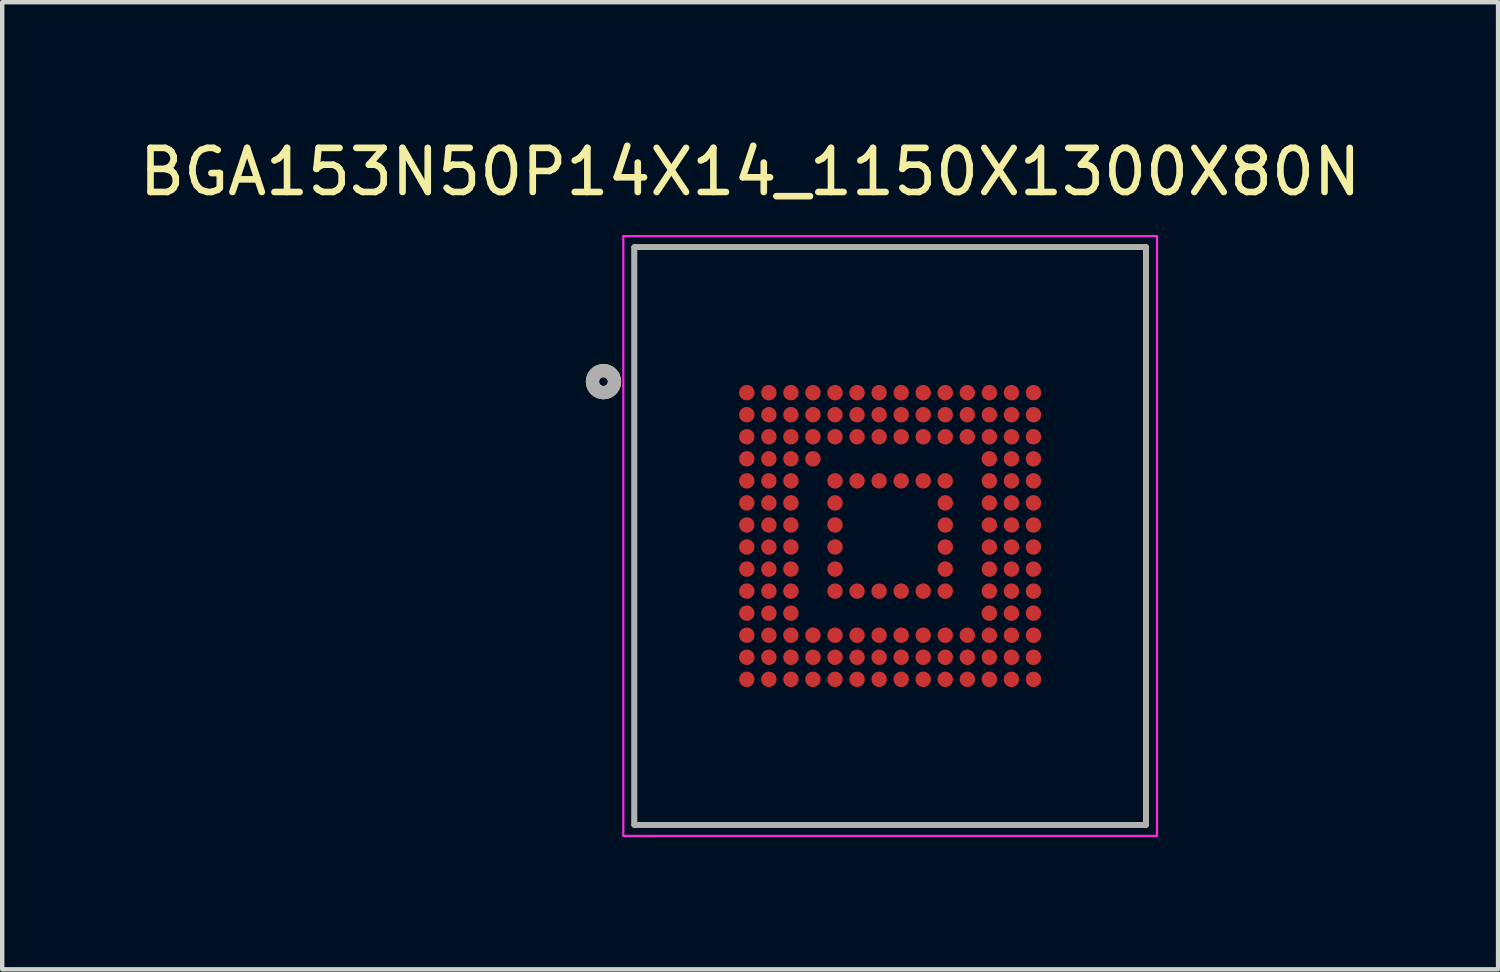
<source format=kicad_pcb>
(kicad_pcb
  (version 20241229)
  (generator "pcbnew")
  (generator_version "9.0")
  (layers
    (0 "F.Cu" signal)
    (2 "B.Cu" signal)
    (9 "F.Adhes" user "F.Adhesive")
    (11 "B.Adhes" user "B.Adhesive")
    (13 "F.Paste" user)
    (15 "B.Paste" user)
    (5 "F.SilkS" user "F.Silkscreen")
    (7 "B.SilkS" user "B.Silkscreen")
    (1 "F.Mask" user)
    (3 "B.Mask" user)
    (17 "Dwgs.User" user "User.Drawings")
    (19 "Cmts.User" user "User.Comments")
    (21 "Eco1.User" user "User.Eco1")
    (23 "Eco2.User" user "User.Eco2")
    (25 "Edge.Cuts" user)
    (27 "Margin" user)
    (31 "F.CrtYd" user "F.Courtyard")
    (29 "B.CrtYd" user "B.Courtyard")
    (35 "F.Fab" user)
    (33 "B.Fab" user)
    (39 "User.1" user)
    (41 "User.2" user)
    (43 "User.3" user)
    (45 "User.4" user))
  (footprint "BGA153N50P14X14_1150X1300X80N"
    (layer "F.Cu")
    (at 17.133 9.103)
    (property "Reference" "BGA153N50P14X14_1150X1300X80N" (at -3.175 -8.255 0) (layer "F.SilkS") (effects (font (size 1 1) (thickness 0.15))))
    (attr through_hole)
    (fp_line (start -5.8 -6.55) (end 5.8 -6.55) (stroke (width 0.127) (type solid)) (layer "F.SilkS"))
    (fp_line (start -5.8 6.55) (end -5.8 -6.55) (stroke (width 0.127) (type solid)) (layer "F.SilkS"))
    (fp_line (start 5.8 -6.55) (end 5.8 6.55) (stroke (width 0.127) (type solid)) (layer "F.SilkS"))
    (fp_line (start 5.8 6.55) (end -5.8 6.55) (stroke (width 0.127) (type solid)) (layer "F.SilkS"))
    (fp_circle (center -6.5 -3.5) (end -6.4 -3.5) (stroke (width 0.3) (type solid)) (fill no) (layer "F.SilkS"))
    (fp_line (start -6.05 -6.8) (end 6.05 -6.8) (stroke (width 0.05) (type solid)) (layer "F.CrtYd"))
    (fp_line (start -6.05 6.8) (end -6.05 -6.8) (stroke (width 0.05) (type solid)) (layer "F.CrtYd"))
    (fp_line (start 6.05 -6.8) (end 6.05 6.8) (stroke (width 0.05) (type solid)) (layer "F.CrtYd"))
    (fp_line (start 6.05 6.8) (end -6.05 6.8) (stroke (width 0.05) (type solid)) (layer "F.CrtYd"))
    (fp_line (start -5.8 -6.55) (end 5.8 -6.55) (stroke (width 0.127) (type solid)) (layer "F.Fab"))
    (fp_line (start -5.8 6.55) (end -5.8 -6.55) (stroke (width 0.127) (type solid)) (layer "F.Fab"))
    (fp_line (start 5.8 -6.55) (end 5.8 6.55) (stroke (width 0.127) (type solid)) (layer "F.Fab"))
    (fp_line (start 5.8 6.55) (end -5.8 6.55) (stroke (width 0.127) (type solid)) (layer "F.Fab"))
    (fp_circle (center -6.5 -3.5) (end -6.4 -3.5) (stroke (width 0.3) (type solid)) (fill no) (layer "F.Fab"))
    (pad "A1" smd circle (at -3.25 -3.25) (size 0.35 0.35) (layers "F.Cu" "F.Mask" "F.Paste"))
    (pad "A2" smd circle (at -2.75 -3.25) (size 0.35 0.35) (layers "F.Cu" "F.Mask" "F.Paste"))
    (pad "A3" smd circle (at -2.25 -3.25) (size 0.35 0.35) (layers "F.Cu" "F.Mask" "F.Paste"))
    (pad "A4" smd circle (at -1.75 -3.25) (size 0.35 0.35) (layers "F.Cu" "F.Mask" "F.Paste"))
    (pad "A5" smd circle (at -1.25 -3.25) (size 0.35 0.35) (layers "F.Cu" "F.Mask" "F.Paste"))
    (pad "A6" smd circle (at -0.75 -3.25) (size 0.35 0.35) (layers "F.Cu" "F.Mask" "F.Paste"))
    (pad "A7" smd circle (at -0.25 -3.25) (size 0.35 0.35) (layers "F.Cu" "F.Mask" "F.Paste"))
    (pad "A8" smd circle (at 0.25 -3.25) (size 0.35 0.35) (layers "F.Cu" "F.Mask" "F.Paste"))
    (pad "A9" smd circle (at 0.75 -3.25) (size 0.35 0.35) (layers "F.Cu" "F.Mask" "F.Paste"))
    (pad "A10" smd circle (at 1.25 -3.25) (size 0.35 0.35) (layers "F.Cu" "F.Mask" "F.Paste"))
    (pad "A11" smd circle (at 1.75 -3.25) (size 0.35 0.35) (layers "F.Cu" "F.Mask" "F.Paste"))
    (pad "A12" smd circle (at 2.25 -3.25) (size 0.35 0.35) (layers "F.Cu" "F.Mask" "F.Paste"))
    (pad "A13" smd circle (at 2.75 -3.25) (size 0.35 0.35) (layers "F.Cu" "F.Mask" "F.Paste"))
    (pad "A14" smd circle (at 3.25 -3.25) (size 0.35 0.35) (layers "F.Cu" "F.Mask" "F.Paste"))
    (pad "B1" smd circle (at -3.25 -2.75) (size 0.35 0.35) (layers "F.Cu" "F.Mask" "F.Paste"))
    (pad "B2" smd circle (at -2.75 -2.75) (size 0.35 0.35) (layers "F.Cu" "F.Mask" "F.Paste"))
    (pad "B3" smd circle (at -2.25 -2.75) (size 0.35 0.35) (layers "F.Cu" "F.Mask" "F.Paste"))
    (pad "B4" smd circle (at -1.75 -2.75) (size 0.35 0.35) (layers "F.Cu" "F.Mask" "F.Paste"))
    (pad "B5" smd circle (at -1.25 -2.75) (size 0.35 0.35) (layers "F.Cu" "F.Mask" "F.Paste"))
    (pad "B6" smd circle (at -0.75 -2.75) (size 0.35 0.35) (layers "F.Cu" "F.Mask" "F.Paste"))
    (pad "B7" smd circle (at -0.25 -2.75) (size 0.35 0.35) (layers "F.Cu" "F.Mask" "F.Paste"))
    (pad "B8" smd circle (at 0.25 -2.75) (size 0.35 0.35) (layers "F.Cu" "F.Mask" "F.Paste"))
    (pad "B9" smd circle (at 0.75 -2.75) (size 0.35 0.35) (layers "F.Cu" "F.Mask" "F.Paste"))
    (pad "B10" smd circle (at 1.25 -2.75) (size 0.35 0.35) (layers "F.Cu" "F.Mask" "F.Paste"))
    (pad "B11" smd circle (at 1.75 -2.75) (size 0.35 0.35) (layers "F.Cu" "F.Mask" "F.Paste"))
    (pad "B12" smd circle (at 2.25 -2.75) (size 0.35 0.35) (layers "F.Cu" "F.Mask" "F.Paste"))
    (pad "B13" smd circle (at 2.75 -2.75) (size 0.35 0.35) (layers "F.Cu" "F.Mask" "F.Paste"))
    (pad "B14" smd circle (at 3.25 -2.75) (size 0.35 0.35) (layers "F.Cu" "F.Mask" "F.Paste"))
    (pad "C1" smd circle (at -3.25 -2.25) (size 0.35 0.35) (layers "F.Cu" "F.Mask" "F.Paste"))
    (pad "C2" smd circle (at -2.75 -2.25) (size 0.35 0.35) (layers "F.Cu" "F.Mask" "F.Paste"))
    (pad "C3" smd circle (at -2.25 -2.25) (size 0.35 0.35) (layers "F.Cu" "F.Mask" "F.Paste"))
    (pad "C4" smd circle (at -1.75 -2.25) (size 0.35 0.35) (layers "F.Cu" "F.Mask" "F.Paste"))
    (pad "C5" smd circle (at -1.25 -2.25) (size 0.35 0.35) (layers "F.Cu" "F.Mask" "F.Paste"))
    (pad "C6" smd circle (at -0.75 -2.25) (size 0.35 0.35) (layers "F.Cu" "F.Mask" "F.Paste"))
    (pad "C7" smd circle (at -0.25 -2.25) (size 0.35 0.35) (layers "F.Cu" "F.Mask" "F.Paste"))
    (pad "C8" smd circle (at 0.25 -2.25) (size 0.35 0.35) (layers "F.Cu" "F.Mask" "F.Paste"))
    (pad "C9" smd circle (at 0.75 -2.25) (size 0.35 0.35) (layers "F.Cu" "F.Mask" "F.Paste"))
    (pad "C10" smd circle (at 1.25 -2.25) (size 0.35 0.35) (layers "F.Cu" "F.Mask" "F.Paste"))
    (pad "C11" smd circle (at 1.75 -2.25) (size 0.35 0.35) (layers "F.Cu" "F.Mask" "F.Paste"))
    (pad "C12" smd circle (at 2.25 -2.25) (size 0.35 0.35) (layers "F.Cu" "F.Mask" "F.Paste"))
    (pad "C13" smd circle (at 2.75 -2.25) (size 0.35 0.35) (layers "F.Cu" "F.Mask" "F.Paste"))
    (pad "C14" smd circle (at 3.25 -2.25) (size 0.35 0.35) (layers "F.Cu" "F.Mask" "F.Paste"))
    (pad "D1" smd circle (at -3.25 -1.75) (size 0.35 0.35) (layers "F.Cu" "F.Mask" "F.Paste"))
    (pad "D2" smd circle (at -2.75 -1.75) (size 0.35 0.35) (layers "F.Cu" "F.Mask" "F.Paste"))
    (pad "D3" smd circle (at -2.25 -1.75) (size 0.35 0.35) (layers "F.Cu" "F.Mask" "F.Paste"))
    (pad "D4" smd circle (at -1.75 -1.75) (size 0.35 0.35) (layers "F.Cu" "F.Mask" "F.Paste"))
    (pad "D12" smd circle (at 2.25 -1.75) (size 0.35 0.35) (layers "F.Cu" "F.Mask" "F.Paste"))
    (pad "D13" smd circle (at 2.75 -1.75) (size 0.35 0.35) (layers "F.Cu" "F.Mask" "F.Paste"))
    (pad "D14" smd circle (at 3.25 -1.75) (size 0.35 0.35) (layers "F.Cu" "F.Mask" "F.Paste"))
    (pad "E1" smd circle (at -3.25 -1.25) (size 0.35 0.35) (layers "F.Cu" "F.Mask" "F.Paste"))
    (pad "E2" smd circle (at -2.75 -1.25) (size 0.35 0.35) (layers "F.Cu" "F.Mask" "F.Paste"))
    (pad "E3" smd circle (at -2.25 -1.25) (size 0.35 0.35) (layers "F.Cu" "F.Mask" "F.Paste"))
    (pad "E5" smd circle (at -1.25 -1.25) (size 0.35 0.35) (layers "F.Cu" "F.Mask" "F.Paste"))
    (pad "E6" smd circle (at -0.75 -1.25) (size 0.35 0.35) (layers "F.Cu" "F.Mask" "F.Paste"))
    (pad "E7" smd circle (at -0.25 -1.25) (size 0.35 0.35) (layers "F.Cu" "F.Mask" "F.Paste"))
    (pad "E8" smd circle (at 0.25 -1.25) (size 0.35 0.35) (layers "F.Cu" "F.Mask" "F.Paste"))
    (pad "E9" smd circle (at 0.75 -1.25) (size 0.35 0.35) (layers "F.Cu" "F.Mask" "F.Paste"))
    (pad "E10" smd circle (at 1.25 -1.25) (size 0.35 0.35) (layers "F.Cu" "F.Mask" "F.Paste"))
    (pad "E12" smd circle (at 2.25 -1.25) (size 0.35 0.35) (layers "F.Cu" "F.Mask" "F.Paste"))
    (pad "E13" smd circle (at 2.75 -1.25) (size 0.35 0.35) (layers "F.Cu" "F.Mask" "F.Paste"))
    (pad "E14" smd circle (at 3.25 -1.25) (size 0.35 0.35) (layers "F.Cu" "F.Mask" "F.Paste"))
    (pad "F1" smd circle (at -3.25 -0.75) (size 0.35 0.35) (layers "F.Cu" "F.Mask" "F.Paste"))
    (pad "F2" smd circle (at -2.75 -0.75) (size 0.35 0.35) (layers "F.Cu" "F.Mask" "F.Paste"))
    (pad "F3" smd circle (at -2.25 -0.75) (size 0.35 0.35) (layers "F.Cu" "F.Mask" "F.Paste"))
    (pad "F5" smd circle (at -1.25 -0.75) (size 0.35 0.35) (layers "F.Cu" "F.Mask" "F.Paste"))
    (pad "F10" smd circle (at 1.25 -0.75) (size 0.35 0.35) (layers "F.Cu" "F.Mask" "F.Paste"))
    (pad "F12" smd circle (at 2.25 -0.75) (size 0.35 0.35) (layers "F.Cu" "F.Mask" "F.Paste"))
    (pad "F13" smd circle (at 2.75 -0.75) (size 0.35 0.35) (layers "F.Cu" "F.Mask" "F.Paste"))
    (pad "F14" smd circle (at 3.25 -0.75) (size 0.35 0.35) (layers "F.Cu" "F.Mask" "F.Paste"))
    (pad "G1" smd circle (at -3.25 -0.25) (size 0.35 0.35) (layers "F.Cu" "F.Mask" "F.Paste"))
    (pad "G2" smd circle (at -2.75 -0.25) (size 0.35 0.35) (layers "F.Cu" "F.Mask" "F.Paste"))
    (pad "G3" smd circle (at -2.25 -0.25) (size 0.35 0.35) (layers "F.Cu" "F.Mask" "F.Paste"))
    (pad "G5" smd circle (at -1.25 -0.25) (size 0.35 0.35) (layers "F.Cu" "F.Mask" "F.Paste"))
    (pad "G10" smd circle (at 1.25 -0.25) (size 0.35 0.35) (layers "F.Cu" "F.Mask" "F.Paste"))
    (pad "G12" smd circle (at 2.25 -0.25) (size 0.35 0.35) (layers "F.Cu" "F.Mask" "F.Paste"))
    (pad "G13" smd circle (at 2.75 -0.25) (size 0.35 0.35) (layers "F.Cu" "F.Mask" "F.Paste"))
    (pad "G14" smd circle (at 3.25 -0.25) (size 0.35 0.35) (layers "F.Cu" "F.Mask" "F.Paste"))
    (pad "H1" smd circle (at -3.25 0.25) (size 0.35 0.35) (layers "F.Cu" "F.Mask" "F.Paste"))
    (pad "H2" smd circle (at -2.75 0.25) (size 0.35 0.35) (layers "F.Cu" "F.Mask" "F.Paste"))
    (pad "H3" smd circle (at -2.25 0.25) (size 0.35 0.35) (layers "F.Cu" "F.Mask" "F.Paste"))
    (pad "H5" smd circle (at -1.25 0.25) (size 0.35 0.35) (layers "F.Cu" "F.Mask" "F.Paste"))
    (pad "H10" smd circle (at 1.25 0.25) (size 0.35 0.35) (layers "F.Cu" "F.Mask" "F.Paste"))
    (pad "H12" smd circle (at 2.25 0.25) (size 0.35 0.35) (layers "F.Cu" "F.Mask" "F.Paste"))
    (pad "H13" smd circle (at 2.75 0.25) (size 0.35 0.35) (layers "F.Cu" "F.Mask" "F.Paste"))
    (pad "H14" smd circle (at 3.25 0.25) (size 0.35 0.35) (layers "F.Cu" "F.Mask" "F.Paste"))
    (pad "J1" smd circle (at -3.25 0.75) (size 0.35 0.35) (layers "F.Cu" "F.Mask" "F.Paste"))
    (pad "J2" smd circle (at -2.75 0.75) (size 0.35 0.35) (layers "F.Cu" "F.Mask" "F.Paste"))
    (pad "J3" smd circle (at -2.25 0.75) (size 0.35 0.35) (layers "F.Cu" "F.Mask" "F.Paste"))
    (pad "J5" smd circle (at -1.25 0.75) (size 0.35 0.35) (layers "F.Cu" "F.Mask" "F.Paste"))
    (pad "J10" smd circle (at 1.25 0.75) (size 0.35 0.35) (layers "F.Cu" "F.Mask" "F.Paste"))
    (pad "J12" smd circle (at 2.25 0.75) (size 0.35 0.35) (layers "F.Cu" "F.Mask" "F.Paste"))
    (pad "J13" smd circle (at 2.75 0.75) (size 0.35 0.35) (layers "F.Cu" "F.Mask" "F.Paste"))
    (pad "J14" smd circle (at 3.25 0.75) (size 0.35 0.35) (layers "F.Cu" "F.Mask" "F.Paste"))
    (pad "K1" smd circle (at -3.25 1.25) (size 0.35 0.35) (layers "F.Cu" "F.Mask" "F.Paste"))
    (pad "K2" smd circle (at -2.75 1.25) (size 0.35 0.35) (layers "F.Cu" "F.Mask" "F.Paste"))
    (pad "K3" smd circle (at -2.25 1.25) (size 0.35 0.35) (layers "F.Cu" "F.Mask" "F.Paste"))
    (pad "K5" smd circle (at -1.25 1.25) (size 0.35 0.35) (layers "F.Cu" "F.Mask" "F.Paste"))
    (pad "K6" smd circle (at -0.75 1.25) (size 0.35 0.35) (layers "F.Cu" "F.Mask" "F.Paste"))
    (pad "K7" smd circle (at -0.25 1.25) (size 0.35 0.35) (layers "F.Cu" "F.Mask" "F.Paste"))
    (pad "K8" smd circle (at 0.25 1.25) (size 0.35 0.35) (layers "F.Cu" "F.Mask" "F.Paste"))
    (pad "K9" smd circle (at 0.75 1.25) (size 0.35 0.35) (layers "F.Cu" "F.Mask" "F.Paste"))
    (pad "K10" smd circle (at 1.25 1.25) (size 0.35 0.35) (layers "F.Cu" "F.Mask" "F.Paste"))
    (pad "K12" smd circle (at 2.25 1.25) (size 0.35 0.35) (layers "F.Cu" "F.Mask" "F.Paste"))
    (pad "K13" smd circle (at 2.75 1.25) (size 0.35 0.35) (layers "F.Cu" "F.Mask" "F.Paste"))
    (pad "K14" smd circle (at 3.25 1.25) (size 0.35 0.35) (layers "F.Cu" "F.Mask" "F.Paste"))
    (pad "L1" smd circle (at -3.25 1.75) (size 0.35 0.35) (layers "F.Cu" "F.Mask" "F.Paste"))
    (pad "L2" smd circle (at -2.75 1.75) (size 0.35 0.35) (layers "F.Cu" "F.Mask" "F.Paste"))
    (pad "L3" smd circle (at -2.25 1.75) (size 0.35 0.35) (layers "F.Cu" "F.Mask" "F.Paste"))
    (pad "L12" smd circle (at 2.25 1.75) (size 0.35 0.35) (layers "F.Cu" "F.Mask" "F.Paste"))
    (pad "L13" smd circle (at 2.75 1.75) (size 0.35 0.35) (layers "F.Cu" "F.Mask" "F.Paste"))
    (pad "L14" smd circle (at 3.25 1.75) (size 0.35 0.35) (layers "F.Cu" "F.Mask" "F.Paste"))
    (pad "M1" smd circle (at -3.25 2.25) (size 0.35 0.35) (layers "F.Cu" "F.Mask" "F.Paste"))
    (pad "M2" smd circle (at -2.75 2.25) (size 0.35 0.35) (layers "F.Cu" "F.Mask" "F.Paste"))
    (pad "M3" smd circle (at -2.25 2.25) (size 0.35 0.35) (layers "F.Cu" "F.Mask" "F.Paste"))
    (pad "M4" smd circle (at -1.75 2.25) (size 0.35 0.35) (layers "F.Cu" "F.Mask" "F.Paste"))
    (pad "M5" smd circle (at -1.25 2.25) (size 0.35 0.35) (layers "F.Cu" "F.Mask" "F.Paste"))
    (pad "M6" smd circle (at -0.75 2.25) (size 0.35 0.35) (layers "F.Cu" "F.Mask" "F.Paste"))
    (pad "M7" smd circle (at -0.25 2.25) (size 0.35 0.35) (layers "F.Cu" "F.Mask" "F.Paste"))
    (pad "M8" smd circle (at 0.25 2.25) (size 0.35 0.35) (layers "F.Cu" "F.Mask" "F.Paste"))
    (pad "M9" smd circle (at 0.75 2.25) (size 0.35 0.35) (layers "F.Cu" "F.Mask" "F.Paste"))
    (pad "M10" smd circle (at 1.25 2.25) (size 0.35 0.35) (layers "F.Cu" "F.Mask" "F.Paste"))
    (pad "M11" smd circle (at 1.75 2.25) (size 0.35 0.35) (layers "F.Cu" "F.Mask" "F.Paste"))
    (pad "M12" smd circle (at 2.25 2.25) (size 0.35 0.35) (layers "F.Cu" "F.Mask" "F.Paste"))
    (pad "M13" smd circle (at 2.75 2.25) (size 0.35 0.35) (layers "F.Cu" "F.Mask" "F.Paste"))
    (pad "M14" smd circle (at 3.25 2.25) (size 0.35 0.35) (layers "F.Cu" "F.Mask" "F.Paste"))
    (pad "N1" smd circle (at -3.25 2.75) (size 0.35 0.35) (layers "F.Cu" "F.Mask" "F.Paste"))
    (pad "N2" smd circle (at -2.75 2.75) (size 0.35 0.35) (layers "F.Cu" "F.Mask" "F.Paste"))
    (pad "N3" smd circle (at -2.25 2.75) (size 0.35 0.35) (layers "F.Cu" "F.Mask" "F.Paste"))
    (pad "N4" smd circle (at -1.75 2.75) (size 0.35 0.35) (layers "F.Cu" "F.Mask" "F.Paste"))
    (pad "N5" smd circle (at -1.25 2.75) (size 0.35 0.35) (layers "F.Cu" "F.Mask" "F.Paste"))
    (pad "N6" smd circle (at -0.75 2.75) (size 0.35 0.35) (layers "F.Cu" "F.Mask" "F.Paste"))
    (pad "N7" smd circle (at -0.25 2.75) (size 0.35 0.35) (layers "F.Cu" "F.Mask" "F.Paste"))
    (pad "N8" smd circle (at 0.25 2.75) (size 0.35 0.35) (layers "F.Cu" "F.Mask" "F.Paste"))
    (pad "N9" smd circle (at 0.75 2.75) (size 0.35 0.35) (layers "F.Cu" "F.Mask" "F.Paste"))
    (pad "N10" smd circle (at 1.25 2.75) (size 0.35 0.35) (layers "F.Cu" "F.Mask" "F.Paste"))
    (pad "N11" smd circle (at 1.75 2.75) (size 0.35 0.35) (layers "F.Cu" "F.Mask" "F.Paste"))
    (pad "N12" smd circle (at 2.25 2.75) (size 0.35 0.35) (layers "F.Cu" "F.Mask" "F.Paste"))
    (pad "N13" smd circle (at 2.75 2.75) (size 0.35 0.35) (layers "F.Cu" "F.Mask" "F.Paste"))
    (pad "N14" smd circle (at 3.25 2.75) (size 0.35 0.35) (layers "F.Cu" "F.Mask" "F.Paste"))
    (pad "P1" smd circle (at -3.25 3.25) (size 0.35 0.35) (layers "F.Cu" "F.Mask" "F.Paste"))
    (pad "P2" smd circle (at -2.75 3.25) (size 0.35 0.35) (layers "F.Cu" "F.Mask" "F.Paste"))
    (pad "P3" smd circle (at -2.25 3.25) (size 0.35 0.35) (layers "F.Cu" "F.Mask" "F.Paste"))
    (pad "P4" smd circle (at -1.75 3.25) (size 0.35 0.35) (layers "F.Cu" "F.Mask" "F.Paste"))
    (pad "P5" smd circle (at -1.25 3.25) (size 0.35 0.35) (layers "F.Cu" "F.Mask" "F.Paste"))
    (pad "P6" smd circle (at -0.75 3.25) (size 0.35 0.35) (layers "F.Cu" "F.Mask" "F.Paste"))
    (pad "P7" smd circle (at -0.25 3.25) (size 0.35 0.35) (layers "F.Cu" "F.Mask" "F.Paste"))
    (pad "P8" smd circle (at 0.25 3.25) (size 0.35 0.35) (layers "F.Cu" "F.Mask" "F.Paste"))
    (pad "P9" smd circle (at 0.75 3.25) (size 0.35 0.35) (layers "F.Cu" "F.Mask" "F.Paste"))
    (pad "P10" smd circle (at 1.25 3.25) (size 0.35 0.35) (layers "F.Cu" "F.Mask" "F.Paste"))
    (pad "P11" smd circle (at 1.75 3.25) (size 0.35 0.35) (layers "F.Cu" "F.Mask" "F.Paste"))
    (pad "P12" smd circle (at 2.25 3.25) (size 0.35 0.35) (layers "F.Cu" "F.Mask" "F.Paste"))
    (pad "P13" smd circle (at 2.75 3.25) (size 0.35 0.35) (layers "F.Cu" "F.Mask" "F.Paste"))
    (pad "P14" smd circle (at 3.25 3.25) (size 0.35 0.35) (layers "F.Cu" "F.Mask" "F.Paste")))
  (gr_rect
    (start -3 -3)
    (end 30.917 18.928)
    (stroke (width 0.1) (type default))
    (fill no)
    (layer "Edge.Cuts")))
</source>
